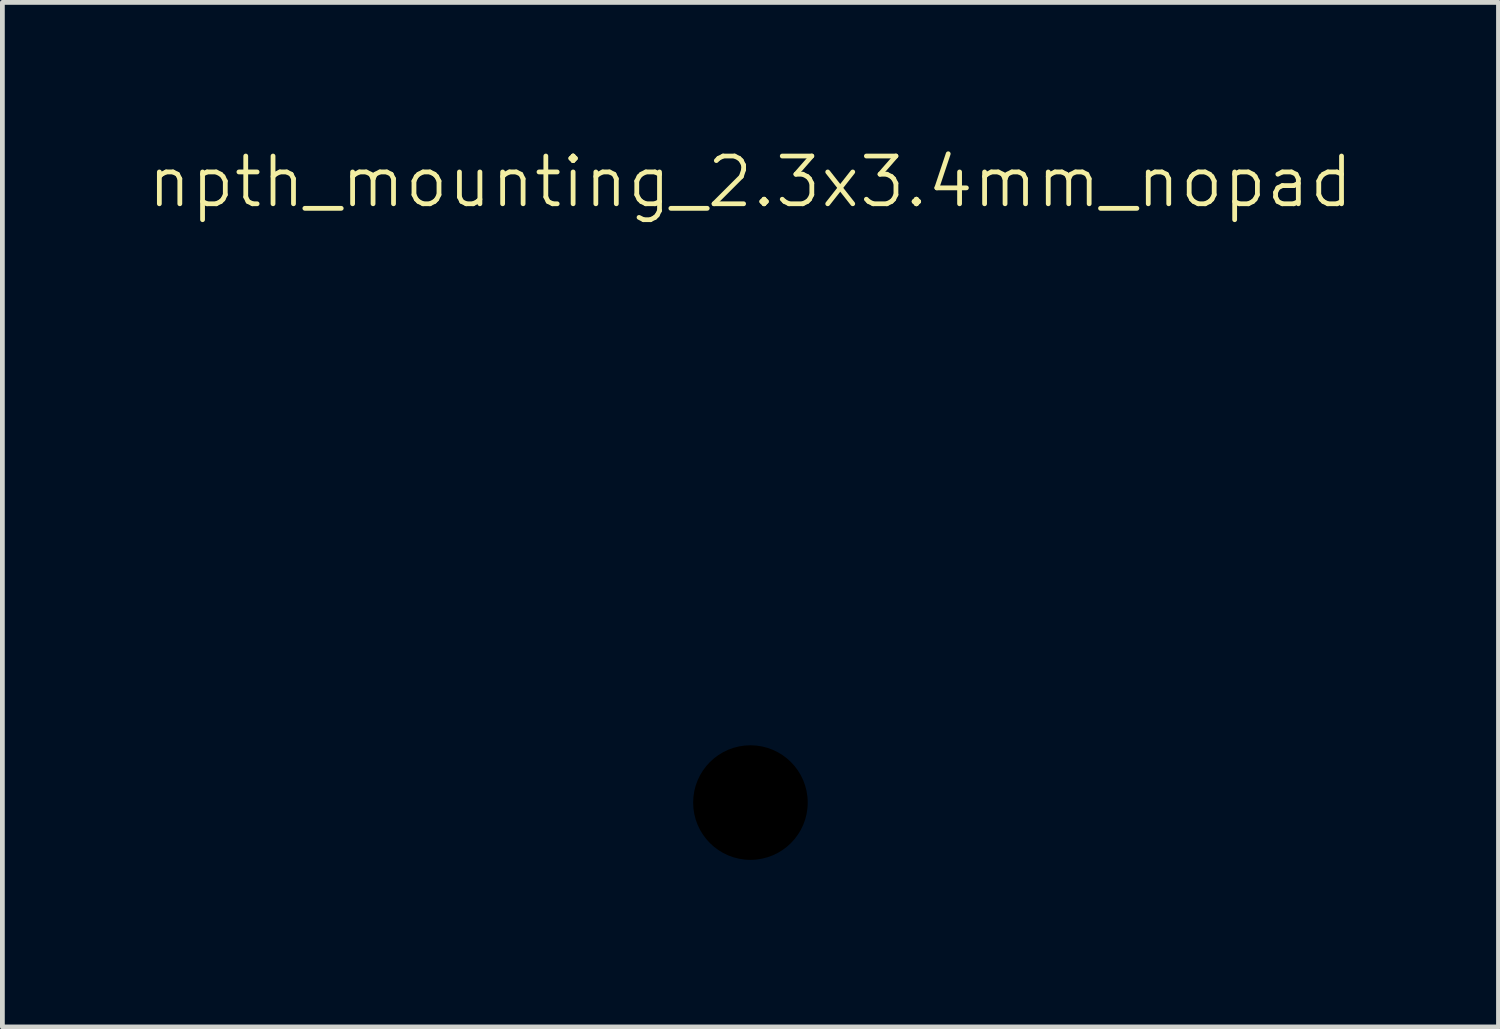
<source format=kicad_pcb>
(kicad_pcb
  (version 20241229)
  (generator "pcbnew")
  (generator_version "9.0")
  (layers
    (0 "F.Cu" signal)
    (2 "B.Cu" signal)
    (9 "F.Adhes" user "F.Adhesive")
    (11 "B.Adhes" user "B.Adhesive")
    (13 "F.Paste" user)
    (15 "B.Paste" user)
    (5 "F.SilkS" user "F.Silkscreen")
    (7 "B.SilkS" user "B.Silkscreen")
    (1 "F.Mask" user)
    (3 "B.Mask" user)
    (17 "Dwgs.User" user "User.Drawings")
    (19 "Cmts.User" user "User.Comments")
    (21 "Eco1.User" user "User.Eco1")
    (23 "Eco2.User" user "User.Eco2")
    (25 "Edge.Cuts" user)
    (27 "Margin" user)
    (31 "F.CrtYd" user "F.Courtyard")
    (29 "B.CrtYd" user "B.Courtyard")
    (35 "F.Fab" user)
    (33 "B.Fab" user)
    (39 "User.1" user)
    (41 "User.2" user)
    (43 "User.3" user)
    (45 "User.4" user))
  (footprint "npth_mounting_2.3x3.4mm_nopad"
    (layer "F.Cu")
    (at 12.669 13.761)
    (property "Reference" "npth_mounting_2.3x3.4mm_nopad" (at 0 -13 0) (unlocked yes) (layer "F.SilkS") (effects (font (size 1 1) (thickness 0.1))))
    (attr through_hole)
    (pad "" np_thru_hole circle (at 0 0) (size 3.4 3.4) (drill 2.4) (layers "*.Mask")))
  (gr_rect
    (start -3 -3)
    (end 28.338 18.46)
    (stroke (width 0.1) (type default))
    (fill no)
    (layer "Edge.Cuts")))
</source>
